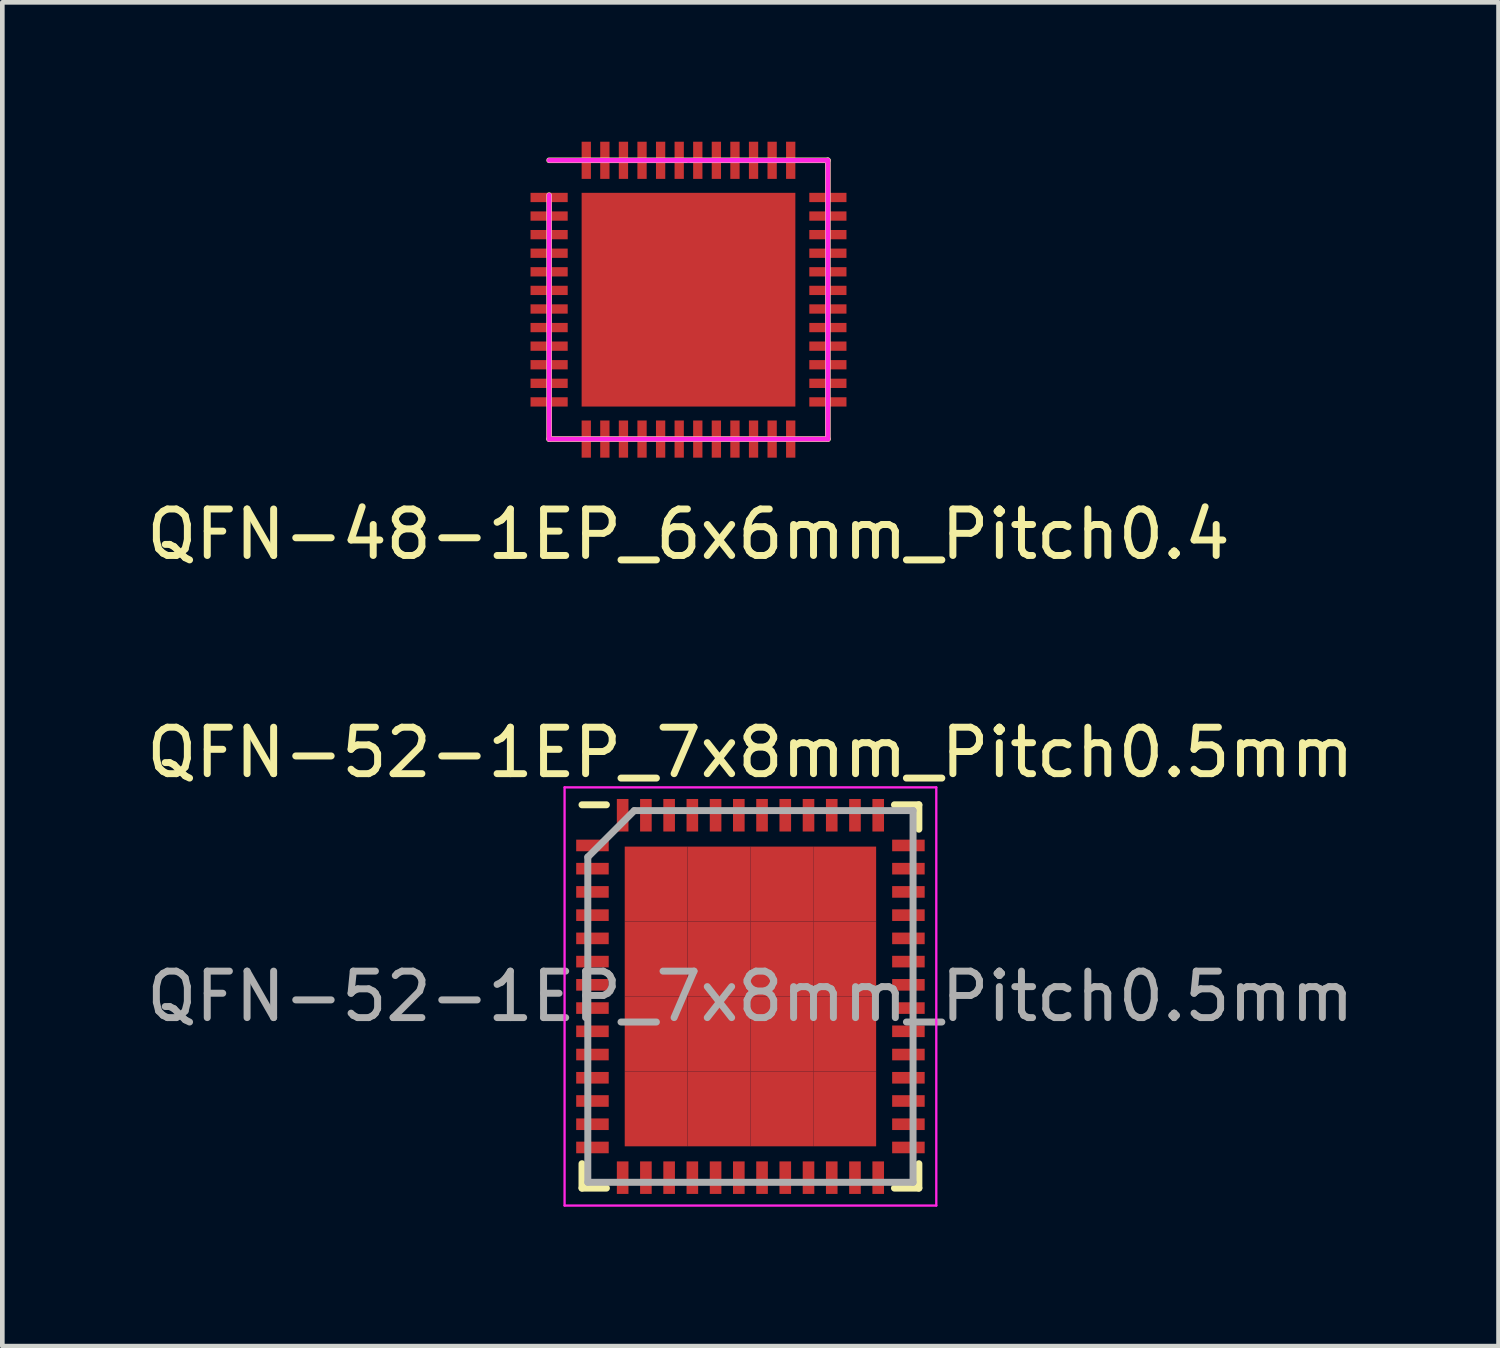
<source format=kicad_pcb>
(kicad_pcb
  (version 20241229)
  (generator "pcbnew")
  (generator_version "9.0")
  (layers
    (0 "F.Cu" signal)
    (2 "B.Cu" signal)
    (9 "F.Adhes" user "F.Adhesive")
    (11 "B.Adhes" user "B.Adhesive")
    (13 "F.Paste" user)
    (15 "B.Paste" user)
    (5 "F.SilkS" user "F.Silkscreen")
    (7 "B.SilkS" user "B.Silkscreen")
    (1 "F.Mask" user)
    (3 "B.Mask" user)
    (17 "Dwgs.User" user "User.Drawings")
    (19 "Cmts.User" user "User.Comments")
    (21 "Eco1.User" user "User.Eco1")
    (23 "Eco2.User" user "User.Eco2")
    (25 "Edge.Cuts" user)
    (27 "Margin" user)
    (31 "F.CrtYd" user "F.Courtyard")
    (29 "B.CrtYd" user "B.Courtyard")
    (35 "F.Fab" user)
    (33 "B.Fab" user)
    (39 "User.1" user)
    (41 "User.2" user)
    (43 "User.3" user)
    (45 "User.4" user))
  (footprint "QFN-48-1EP_6x6mm_Pitch0.4"
    (layer "F.Cu")
    (at 11.768 3.45)
    (property "Reference" "QFN-48-1EP_6x6mm_Pitch0.4" (at 0 5 0) (layer "F.SilkS") (effects (font (size 1 1) (thickness 0.15))))
    (attr smd)
    (fp_line (start -3 -3.05) (end 3 -3.05) (stroke (width 0.12) (type solid)) (layer "F.SilkS"))
    (fp_line (start -3 2.95) (end -3 -2.3) (stroke (width 0.12) (type solid)) (layer "F.SilkS"))
    (fp_line (start 3 -3.05) (end 3 2.95) (stroke (width 0.12) (type solid)) (layer "F.SilkS"))
    (fp_line (start 3 2.95) (end -3 2.95) (stroke (width 0.12) (type solid)) (layer "F.SilkS"))
    (fp_line (start -3 2.95) (end -3 -2.3) (stroke (width 0.1) (type solid)) (layer "F.CrtYd"))
    (fp_line (start -3 2.95) (end 3 2.95) (stroke (width 0.1) (type solid)) (layer "F.CrtYd"))
    (fp_line (start 0 -3.05) (end -3 -3.05) (stroke (width 0.1) (type solid)) (layer "F.CrtYd"))
    (fp_line (start 3 -3.05) (end 0 -3.05) (stroke (width 0.1) (type solid)) (layer "F.CrtYd"))
    (fp_line (start 3 2.95) (end 3 -3.05) (stroke (width 0.1) (type solid)) (layer "F.CrtYd"))
    (pad "1" smd rect (at -3 -2.25 180) (size 0.8 0.2) (layers "F.Cu" "F.Mask" "F.Paste"))
    (pad "2" smd rect (at -3 -1.85 180) (size 0.8 0.2) (layers "F.Cu" "F.Mask" "F.Paste"))
    (pad "3" smd rect (at -3 -1.45 180) (size 0.8 0.2) (layers "F.Cu" "F.Mask" "F.Paste"))
    (pad "4" smd rect (at -3 -1.05 180) (size 0.8 0.2) (layers "F.Cu" "F.Mask" "F.Paste"))
    (pad "5" smd rect (at -3 -0.65 180) (size 0.8 0.2) (layers "F.Cu" "F.Mask" "F.Paste"))
    (pad "6" smd rect (at -3 -0.25 180) (size 0.8 0.2) (layers "F.Cu" "F.Mask" "F.Paste"))
    (pad "7" smd rect (at -3 0.15 180) (size 0.8 0.2) (layers "F.Cu" "F.Mask" "F.Paste"))
    (pad "8" smd rect (at -3 0.55 180) (size 0.8 0.2) (layers "F.Cu" "F.Mask" "F.Paste"))
    (pad "9" smd rect (at -3 0.95 180) (size 0.8 0.2) (layers "F.Cu" "F.Mask" "F.Paste"))
    (pad "10" smd rect (at -3 1.35 180) (size 0.8 0.2) (layers "F.Cu" "F.Mask" "F.Paste"))
    (pad "11" smd rect (at -3 1.75 180) (size 0.8 0.2) (layers "F.Cu" "F.Mask" "F.Paste"))
    (pad "12" smd rect (at -3 2.15 180) (size 0.8 0.2) (layers "F.Cu" "F.Mask" "F.Paste"))
    (pad "13" smd rect (at -2.2 2.95 180) (size 0.2 0.8) (layers "F.Cu" "F.Mask" "F.Paste"))
    (pad "14" smd rect (at -1.8 2.95 180) (size 0.2 0.8) (layers "F.Cu" "F.Mask" "F.Paste"))
    (pad "15" smd rect (at -1.4 2.95 180) (size 0.2 0.8) (layers "F.Cu" "F.Mask" "F.Paste"))
    (pad "16" smd rect (at -1 2.95 180) (size 0.2 0.8) (layers "F.Cu" "F.Mask" "F.Paste"))
    (pad "17" smd rect (at -0.6 2.95 180) (size 0.2 0.8) (layers "F.Cu" "F.Mask" "F.Paste"))
    (pad "18" smd rect (at -0.2 2.95 180) (size 0.2 0.8) (layers "F.Cu" "F.Mask" "F.Paste"))
    (pad "19" smd rect (at 0.2 2.95 180) (size 0.2 0.8) (layers "F.Cu" "F.Mask" "F.Paste"))
    (pad "20" smd rect (at 0.6 2.95 180) (size 0.2 0.8) (layers "F.Cu" "F.Mask" "F.Paste"))
    (pad "21" smd rect (at 1 2.95 180) (size 0.2 0.8) (layers "F.Cu" "F.Mask" "F.Paste"))
    (pad "22" smd rect (at 1.4 2.95 180) (size 0.2 0.8) (layers "F.Cu" "F.Mask" "F.Paste"))
    (pad "23" smd rect (at 1.8 2.95 180) (size 0.2 0.8) (layers "F.Cu" "F.Mask" "F.Paste"))
    (pad "24" smd rect (at 2.2 2.95 180) (size 0.2 0.8) (layers "F.Cu" "F.Mask" "F.Paste"))
    (pad "25" smd rect (at 3 2.15 180) (size 0.8 0.2) (layers "F.Cu" "F.Mask" "F.Paste"))
    (pad "26" smd rect (at 3 1.75 180) (size 0.8 0.2) (layers "F.Cu" "F.Mask" "F.Paste"))
    (pad "27" smd rect (at 3 1.35 180) (size 0.8 0.2) (layers "F.Cu" "F.Mask" "F.Paste"))
    (pad "28" smd rect (at 3 0.95 180) (size 0.8 0.2) (layers "F.Cu" "F.Mask" "F.Paste"))
    (pad "29" smd rect (at 3 0.55 180) (size 0.8 0.2) (layers "F.Cu" "F.Mask" "F.Paste"))
    (pad "30" smd rect (at 3 0.15 180) (size 0.8 0.2) (layers "F.Cu" "F.Mask" "F.Paste"))
    (pad "31" smd rect (at 3 -0.25 180) (size 0.8 0.2) (layers "F.Cu" "F.Mask" "F.Paste"))
    (pad "32" smd rect (at 3 -0.65 180) (size 0.8 0.2) (layers "F.Cu" "F.Mask" "F.Paste"))
    (pad "33" smd rect (at 3 -1.05 180) (size 0.8 0.2) (layers "F.Cu" "F.Mask" "F.Paste"))
    (pad "34" smd rect (at 3 -1.45 180) (size 0.8 0.2) (layers "F.Cu" "F.Mask" "F.Paste"))
    (pad "35" smd rect (at 3 -1.85 180) (size 0.8 0.2) (layers "F.Cu" "F.Mask" "F.Paste"))
    (pad "36" smd rect (at 3 -2.25 180) (size 0.8 0.2) (layers "F.Cu" "F.Mask" "F.Paste"))
    (pad "37" smd rect (at 2.2 -3.05 180) (size 0.2 0.8) (layers "F.Cu" "F.Mask" "F.Paste"))
    (pad "38" smd rect (at 1.8 -3.05 180) (size 0.2 0.8) (layers "F.Cu" "F.Mask" "F.Paste"))
    (pad "39" smd rect (at 1.4 -3.05 180) (size 0.2 0.8) (layers "F.Cu" "F.Mask" "F.Paste"))
    (pad "40" smd rect (at 1 -3.05 180) (size 0.2 0.8) (layers "F.Cu" "F.Mask" "F.Paste"))
    (pad "41" smd rect (at 0.6 -3.05 180) (size 0.2 0.8) (layers "F.Cu" "F.Mask" "F.Paste"))
    (pad "42" smd rect (at 0.2 -3.05 180) (size 0.2 0.8) (layers "F.Cu" "F.Mask" "F.Paste"))
    (pad "43" smd rect (at -0.2 -3.05 180) (size 0.2 0.8) (layers "F.Cu" "F.Mask" "F.Paste"))
    (pad "44" smd rect (at -0.6 -3.05 180) (size 0.2 0.8) (layers "F.Cu" "F.Mask" "F.Paste"))
    (pad "45" smd rect (at -1 -3.05 180) (size 0.2 0.8) (layers "F.Cu" "F.Mask" "F.Paste"))
    (pad "46" smd rect (at -1.4 -3.05 180) (size 0.2 0.8) (layers "F.Cu" "F.Mask" "F.Paste"))
    (pad "47" smd rect (at -1.8 -3.05 180) (size 0.2 0.8) (layers "F.Cu" "F.Mask" "F.Paste"))
    (pad "48" smd rect (at -2.2 -3.05 180) (size 0.2 0.8) (layers "F.Cu" "F.Mask" "F.Paste"))
    (pad "49" smd rect (at 0 -0.05 180) (size 4.6 4.6) (layers "F.Cu" "F.Mask" "F.Paste")))
  (footprint "QFN-52-1EP_7x8mm_Pitch0.5mm"
    (layer "F.Cu")
    (at 13.101 18.396)
    (property "Reference" "QFN-52-1EP_7x8mm_Pitch0.5mm" (at 0 -5.25 0) (layer "F.SilkS") (effects (font (size 1 1) (thickness 0.15))))
    (attr smd)
    (fp_line (start -3.625 -4.125) (end -3.1 -4.125) (stroke (width 0.15) (type solid)) (layer "F.SilkS"))
    (fp_line (start -3.625 4.125) (end -3.625 3.6) (stroke (width 0.15) (type solid)) (layer "F.SilkS"))
    (fp_line (start -3.625 4.125) (end -3.1 4.125) (stroke (width 0.15) (type solid)) (layer "F.SilkS"))
    (fp_line (start 3.625 -4.125) (end 3.1 -4.125) (stroke (width 0.15) (type solid)) (layer "F.SilkS"))
    (fp_line (start 3.625 -4.125) (end 3.625 -3.6) (stroke (width 0.15) (type solid)) (layer "F.SilkS"))
    (fp_line (start 3.625 4.125) (end 3.1 4.125) (stroke (width 0.15) (type solid)) (layer "F.SilkS"))
    (fp_line (start 3.625 4.125) (end 3.625 3.6) (stroke (width 0.15) (type solid)) (layer "F.SilkS"))
    (fp_line (start -4 -4.5) (end -4 4.5) (stroke (width 0.05) (type solid)) (layer "F.CrtYd"))
    (fp_line (start -4 -4.5) (end 4 -4.5) (stroke (width 0.05) (type solid)) (layer "F.CrtYd"))
    (fp_line (start -4 4.5) (end 4 4.5) (stroke (width 0.05) (type solid)) (layer "F.CrtYd"))
    (fp_line (start 4 -4.5) (end 4 4.5) (stroke (width 0.05) (type solid)) (layer "F.CrtYd"))
    (fp_line (start -3.5 -3) (end -2.5 -4) (stroke (width 0.15) (type solid)) (layer "F.Fab"))
    (fp_line (start -3.5 4) (end -3.5 -3) (stroke (width 0.15) (type solid)) (layer "F.Fab"))
    (fp_line (start -2.5 -4) (end 3.5 -4) (stroke (width 0.15) (type solid)) (layer "F.Fab"))
    (fp_line (start 3.5 -4) (end 3.5 4) (stroke (width 0.15) (type solid)) (layer "F.Fab"))
    (fp_line (start 3.5 4) (end -3.5 4) (stroke (width 0.15) (type solid)) (layer "F.Fab"))
    (fp_text user "${REFERENCE}" (at 0 0 0) (layer "F.Fab") (effects (font (size 1 1) (thickness 0.15))))
    (pad "1" smd rect (at -3.4 -3.25) (size 0.7 0.25) (layers "F.Cu" "F.Mask" "F.Paste"))
    (pad "2" smd rect (at -3.4 -2.75) (size 0.7 0.25) (layers "F.Cu" "F.Mask" "F.Paste"))
    (pad "3" smd rect (at -3.4 -2.25) (size 0.7 0.25) (layers "F.Cu" "F.Mask" "F.Paste"))
    (pad "4" smd rect (at -3.4 -1.75) (size 0.7 0.25) (layers "F.Cu" "F.Mask" "F.Paste"))
    (pad "5" smd rect (at -3.4 -1.25) (size 0.7 0.25) (layers "F.Cu" "F.Mask" "F.Paste"))
    (pad "6" smd rect (at -3.4 -0.75) (size 0.7 0.25) (layers "F.Cu" "F.Mask" "F.Paste"))
    (pad "7" smd rect (at -3.4 -0.25) (size 0.7 0.25) (layers "F.Cu" "F.Mask" "F.Paste"))
    (pad "8" smd rect (at -3.4 0.25) (size 0.7 0.25) (layers "F.Cu" "F.Mask" "F.Paste"))
    (pad "9" smd rect (at -3.4 0.75) (size 0.7 0.25) (layers "F.Cu" "F.Mask" "F.Paste"))
    (pad "10" smd rect (at -3.4 1.25) (size 0.7 0.25) (layers "F.Cu" "F.Mask" "F.Paste"))
    (pad "11" smd rect (at -3.4 1.75) (size 0.7 0.25) (layers "F.Cu" "F.Mask" "F.Paste"))
    (pad "12" smd rect (at -3.4 2.25) (size 0.7 0.25) (layers "F.Cu" "F.Mask" "F.Paste"))
    (pad "13" smd rect (at -3.4 2.75) (size 0.7 0.25) (layers "F.Cu" "F.Mask" "F.Paste"))
    (pad "14" smd rect (at -3.4 3.25) (size 0.7 0.25) (layers "F.Cu" "F.Mask" "F.Paste"))
    (pad "15" smd rect (at -2.75 3.9 90) (size 0.7 0.25) (layers "F.Cu" "F.Mask" "F.Paste"))
    (pad "16" smd rect (at -2.25 3.9 90) (size 0.7 0.25) (layers "F.Cu" "F.Mask" "F.Paste"))
    (pad "17" smd rect (at -1.75 3.9 90) (size 0.7 0.25) (layers "F.Cu" "F.Mask" "F.Paste"))
    (pad "18" smd rect (at -1.25 3.9 90) (size 0.7 0.25) (layers "F.Cu" "F.Mask" "F.Paste"))
    (pad "19" smd rect (at -0.75 3.9 90) (size 0.7 0.25) (layers "F.Cu" "F.Mask" "F.Paste"))
    (pad "20" smd rect (at -0.25 3.9 90) (size 0.7 0.25) (layers "F.Cu" "F.Mask" "F.Paste"))
    (pad "21" smd rect (at 0.25 3.9 90) (size 0.7 0.25) (layers "F.Cu" "F.Mask" "F.Paste"))
    (pad "22" smd rect (at 0.75 3.9 90) (size 0.7 0.25) (layers "F.Cu" "F.Mask" "F.Paste"))
    (pad "23" smd rect (at 1.25 3.9 90) (size 0.7 0.25) (layers "F.Cu" "F.Mask" "F.Paste"))
    (pad "24" smd rect (at 1.75 3.9 90) (size 0.7 0.25) (layers "F.Cu" "F.Mask" "F.Paste"))
    (pad "25" smd rect (at 2.25 3.9 90) (size 0.7 0.25) (layers "F.Cu" "F.Mask" "F.Paste"))
    (pad "26" smd rect (at 2.75 3.9 90) (size 0.7 0.25) (layers "F.Cu" "F.Mask" "F.Paste"))
    (pad "27" smd rect (at 3.4 3.25) (size 0.7 0.25) (layers "F.Cu" "F.Mask" "F.Paste"))
    (pad "28" smd rect (at 3.4 2.75) (size 0.7 0.25) (layers "F.Cu" "F.Mask" "F.Paste"))
    (pad "29" smd rect (at 3.4 2.25) (size 0.7 0.25) (layers "F.Cu" "F.Mask" "F.Paste"))
    (pad "30" smd rect (at 3.4 1.75) (size 0.7 0.25) (layers "F.Cu" "F.Mask" "F.Paste"))
    (pad "31" smd rect (at 3.4 1.25) (size 0.7 0.25) (layers "F.Cu" "F.Mask" "F.Paste"))
    (pad "32" smd rect (at 3.4 0.75) (size 0.7 0.25) (layers "F.Cu" "F.Mask" "F.Paste"))
    (pad "33" smd rect (at 3.4 0.25) (size 0.7 0.25) (layers "F.Cu" "F.Mask" "F.Paste"))
    (pad "34" smd rect (at 3.4 -0.25) (size 0.7 0.25) (layers "F.Cu" "F.Mask" "F.Paste"))
    (pad "35" smd rect (at 3.4 -0.75) (size 0.7 0.25) (layers "F.Cu" "F.Mask" "F.Paste"))
    (pad "36" smd rect (at 3.4 -1.25) (size 0.7 0.25) (layers "F.Cu" "F.Mask" "F.Paste"))
    (pad "37" smd rect (at 3.4 -1.75) (size 0.7 0.25) (layers "F.Cu" "F.Mask" "F.Paste"))
    (pad "38" smd rect (at 3.4 -2.25) (size 0.7 0.25) (layers "F.Cu" "F.Mask" "F.Paste"))
    (pad "39" smd rect (at 3.4 -2.75) (size 0.7 0.25) (layers "F.Cu" "F.Mask" "F.Paste"))
    (pad "40" smd rect (at 3.4 -3.25) (size 0.7 0.25) (layers "F.Cu" "F.Mask" "F.Paste"))
    (pad "41" smd rect (at 2.75 -3.9 90) (size 0.7 0.25) (layers "F.Cu" "F.Mask" "F.Paste"))
    (pad "42" smd rect (at 2.25 -3.9 90) (size 0.7 0.25) (layers "F.Cu" "F.Mask" "F.Paste"))
    (pad "43" smd rect (at 1.75 -3.9 90) (size 0.7 0.25) (layers "F.Cu" "F.Mask" "F.Paste"))
    (pad "44" smd rect (at 1.25 -3.9 90) (size 0.7 0.25) (layers "F.Cu" "F.Mask" "F.Paste"))
    (pad "45" smd rect (at 0.75 -3.9 90) (size 0.7 0.25) (layers "F.Cu" "F.Mask" "F.Paste"))
    (pad "46" smd rect (at 0.25 -3.9 90) (size 0.7 0.25) (layers "F.Cu" "F.Mask" "F.Paste"))
    (pad "47" smd rect (at -0.25 -3.9 90) (size 0.7 0.25) (layers "F.Cu" "F.Mask" "F.Paste"))
    (pad "48" smd rect (at -0.75 -3.9 90) (size 0.7 0.25) (layers "F.Cu" "F.Mask" "F.Paste"))
    (pad "49" smd rect (at -1.25 -3.9 90) (size 0.7 0.25) (layers "F.Cu" "F.Mask" "F.Paste"))
    (pad "50" smd rect (at -1.75 -3.9 90) (size 0.7 0.25) (layers "F.Cu" "F.Mask" "F.Paste"))
    (pad "51" smd rect (at -2.25 -3.9 90) (size 0.7 0.25) (layers "F.Cu" "F.Mask" "F.Paste"))
    (pad "52" smd rect (at -2.75 -3.9 90) (size 0.7 0.25) (layers "F.Cu" "F.Mask" "F.Paste"))
    (pad "53" smd rect (at -2.029 -2.419) (size 1.353 1.613) (layers "F.Cu" "F.Mask" "F.Paste"))
    (pad "53" smd rect (at -2.029 -0.806) (size 1.353 1.613) (layers "F.Cu" "F.Mask" "F.Paste"))
    (pad "53" smd rect (at -2.029 0.806) (size 1.353 1.613) (layers "F.Cu" "F.Mask" "F.Paste"))
    (pad "53" smd rect (at -2.029 2.419) (size 1.353 1.613) (layers "F.Cu" "F.Mask" "F.Paste"))
    (pad "53" smd rect (at -0.676 -2.419) (size 1.353 1.613) (layers "F.Cu" "F.Mask" "F.Paste"))
    (pad "53" smd rect (at -0.676 -0.806) (size 1.353 1.613) (layers "F.Cu" "F.Mask" "F.Paste"))
    (pad "53" smd rect (at -0.676 0.806) (size 1.353 1.613) (layers "F.Cu" "F.Mask" "F.Paste"))
    (pad "53" smd rect (at -0.676 2.419) (size 1.353 1.613) (layers "F.Cu" "F.Mask" "F.Paste"))
    (pad "53" smd rect (at 0.676 -2.419) (size 1.353 1.613) (layers "F.Cu" "F.Mask" "F.Paste"))
    (pad "53" smd rect (at 0.676 -0.806) (size 1.353 1.613) (layers "F.Cu" "F.Mask" "F.Paste"))
    (pad "53" smd rect (at 0.676 0.806) (size 1.353 1.613) (layers "F.Cu" "F.Mask" "F.Paste"))
    (pad "53" smd rect (at 0.676 2.419) (size 1.353 1.613) (layers "F.Cu" "F.Mask" "F.Paste"))
    (pad "53" smd rect (at 2.029 -2.419) (size 1.353 1.613) (layers "F.Cu" "F.Mask" "F.Paste"))
    (pad "53" smd rect (at 2.029 -0.806) (size 1.353 1.613) (layers "F.Cu" "F.Mask" "F.Paste"))
    (pad "53" smd rect (at 2.029 0.806) (size 1.353 1.613) (layers "F.Cu" "F.Mask" "F.Paste"))
    (pad "53" smd rect (at 2.029 2.419) (size 1.353 1.613) (layers "F.Cu" "F.Mask" "F.Paste")))
  (gr_rect
    (start -3 -3)
    (end 29.202 25.922)
    (stroke (width 0.1) (type default))
    (fill no)
    (layer "Edge.Cuts")))
</source>
